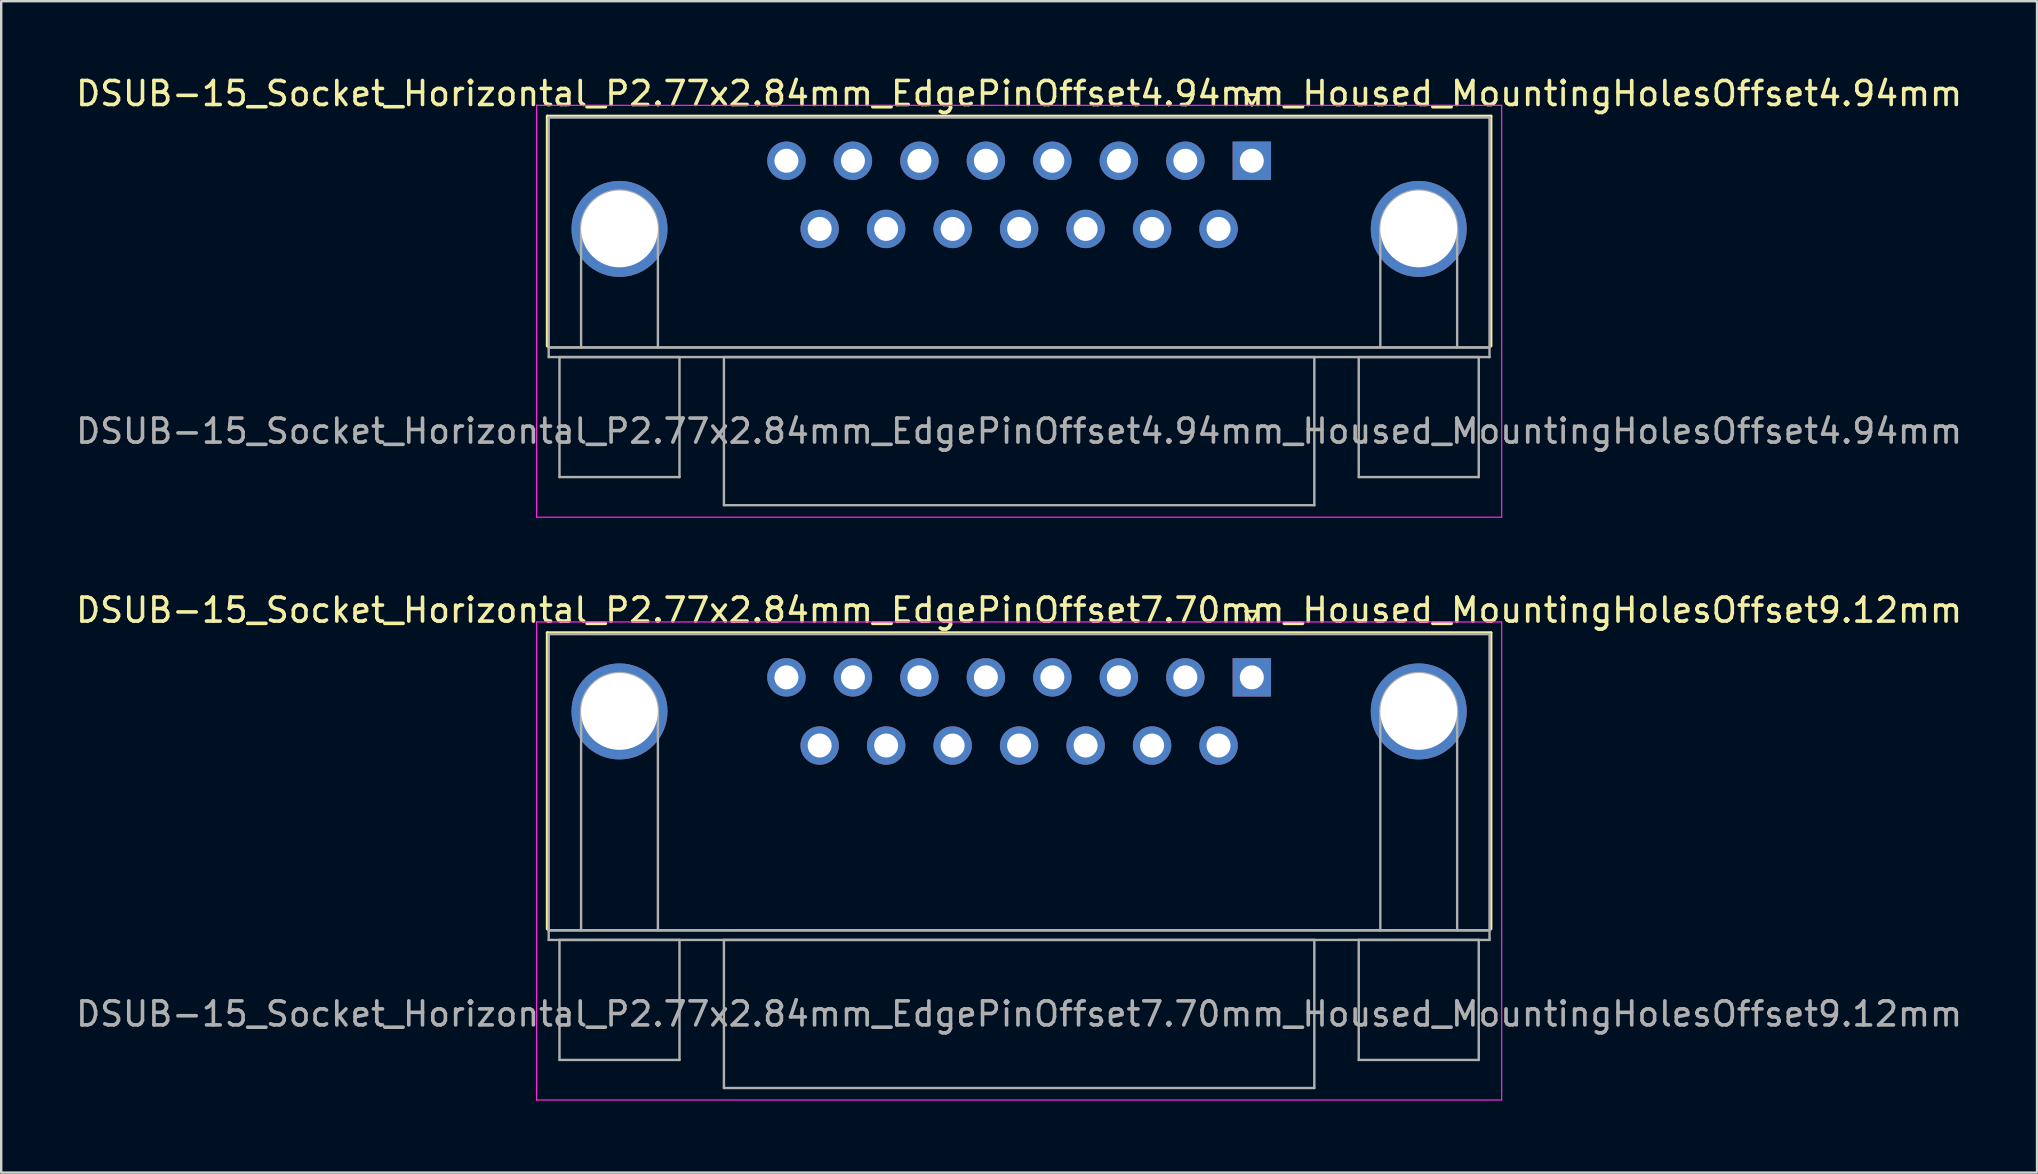
<source format=kicad_pcb>
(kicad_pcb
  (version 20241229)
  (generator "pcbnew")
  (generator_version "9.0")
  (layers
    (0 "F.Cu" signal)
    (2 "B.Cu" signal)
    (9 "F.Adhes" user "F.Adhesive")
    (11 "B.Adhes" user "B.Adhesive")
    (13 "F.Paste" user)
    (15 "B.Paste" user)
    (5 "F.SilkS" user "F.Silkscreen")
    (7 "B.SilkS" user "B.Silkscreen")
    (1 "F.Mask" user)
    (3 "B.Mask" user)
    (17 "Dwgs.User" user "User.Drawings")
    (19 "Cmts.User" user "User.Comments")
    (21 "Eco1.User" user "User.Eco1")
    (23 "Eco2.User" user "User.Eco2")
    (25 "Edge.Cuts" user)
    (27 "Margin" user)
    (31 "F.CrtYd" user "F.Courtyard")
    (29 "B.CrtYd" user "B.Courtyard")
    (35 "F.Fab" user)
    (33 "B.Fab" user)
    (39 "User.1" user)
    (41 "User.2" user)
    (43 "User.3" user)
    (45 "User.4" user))
  (footprint "DSUB-15_Socket_Horizontal_P2.77x2.84mm_EdgePinOffset4.94mm_Housed_MountingHolesOffset4.94mm"
    (layer "F.Cu")
    (at 49.106 3.648)
    (property "Reference" "DSUB-15_Socket_Horizontal_P2.77x2.84mm_EdgePinOffset4.94mm_Housed_MountingHolesOffset4.94mm" (at -9.695 -2.8 0) (layer "F.SilkS") (effects (font (size 1 1) (thickness 0.15))))
    (attr through_hole)
    (fp_line (start -29.355 -1.86) (end 9.965 -1.86) (stroke (width 0.12) (type solid)) (layer "F.SilkS"))
    (fp_line (start -29.355 7.72) (end -29.355 -1.86) (stroke (width 0.12) (type solid)) (layer "F.SilkS"))
    (fp_line (start -0.25 -2.754) (end 0.25 -2.754) (stroke (width 0.12) (type solid)) (layer "F.SilkS"))
    (fp_line (start 0 -2.321) (end -0.25 -2.754) (stroke (width 0.12) (type solid)) (layer "F.SilkS"))
    (fp_line (start 0.25 -2.754) (end 0 -2.321) (stroke (width 0.12) (type solid)) (layer "F.SilkS"))
    (fp_line (start 9.965 -1.86) (end 9.965 7.72) (stroke (width 0.12) (type solid)) (layer "F.SilkS"))
    (fp_line (start -29.8 -2.31) (end -29.8 14.85) (stroke (width 0.05) (type solid)) (layer "F.CrtYd"))
    (fp_line (start -29.8 14.85) (end 10.41 14.85) (stroke (width 0.05) (type solid)) (layer "F.CrtYd"))
    (fp_line (start 10.41 -2.31) (end -29.8 -2.31) (stroke (width 0.05) (type solid)) (layer "F.CrtYd"))
    (fp_line (start 10.41 14.85) (end 10.41 -2.31) (stroke (width 0.05) (type solid)) (layer "F.CrtYd"))
    (fp_line (start -29.295 -1.8) (end -29.295 7.78) (stroke (width 0.1) (type solid)) (layer "F.Fab"))
    (fp_line (start -29.295 7.78) (end -29.295 8.18) (stroke (width 0.1) (type solid)) (layer "F.Fab"))
    (fp_line (start -29.295 7.78) (end 9.905 7.78) (stroke (width 0.1) (type solid)) (layer "F.Fab"))
    (fp_line (start -29.295 8.18) (end 9.905 8.18) (stroke (width 0.1) (type solid)) (layer "F.Fab"))
    (fp_line (start -28.845 8.18) (end -28.845 13.18) (stroke (width 0.1) (type solid)) (layer "F.Fab"))
    (fp_line (start -28.845 13.18) (end -23.845 13.18) (stroke (width 0.1) (type solid)) (layer "F.Fab"))
    (fp_line (start -27.945 7.78) (end -27.945 2.84) (stroke (width 0.1) (type solid)) (layer "F.Fab"))
    (fp_line (start -24.745 7.78) (end -24.745 2.84) (stroke (width 0.1) (type solid)) (layer "F.Fab"))
    (fp_line (start -23.845 8.18) (end -28.845 8.18) (stroke (width 0.1) (type solid)) (layer "F.Fab"))
    (fp_line (start -23.845 13.18) (end -23.845 8.18) (stroke (width 0.1) (type solid)) (layer "F.Fab"))
    (fp_line (start -21.995 8.18) (end -21.995 14.35) (stroke (width 0.1) (type solid)) (layer "F.Fab"))
    (fp_line (start -21.995 14.35) (end 2.605 14.35) (stroke (width 0.1) (type solid)) (layer "F.Fab"))
    (fp_line (start 2.605 8.18) (end -21.995 8.18) (stroke (width 0.1) (type solid)) (layer "F.Fab"))
    (fp_line (start 2.605 14.35) (end 2.605 8.18) (stroke (width 0.1) (type solid)) (layer "F.Fab"))
    (fp_line (start 4.455 8.18) (end 4.455 13.18) (stroke (width 0.1) (type solid)) (layer "F.Fab"))
    (fp_line (start 4.455 13.18) (end 9.455 13.18) (stroke (width 0.1) (type solid)) (layer "F.Fab"))
    (fp_line (start 5.355 7.78) (end 5.355 2.84) (stroke (width 0.1) (type solid)) (layer "F.Fab"))
    (fp_line (start 8.555 7.78) (end 8.555 2.84) (stroke (width 0.1) (type solid)) (layer "F.Fab"))
    (fp_line (start 9.455 8.18) (end 4.455 8.18) (stroke (width 0.1) (type solid)) (layer "F.Fab"))
    (fp_line (start 9.455 13.18) (end 9.455 8.18) (stroke (width 0.1) (type solid)) (layer "F.Fab"))
    (fp_line (start 9.905 -1.8) (end -29.295 -1.8) (stroke (width 0.1) (type solid)) (layer "F.Fab"))
    (fp_line (start 9.905 7.78) (end -29.295 7.78) (stroke (width 0.1) (type solid)) (layer "F.Fab"))
    (fp_line (start 9.905 7.78) (end 9.905 -1.8) (stroke (width 0.1) (type solid)) (layer "F.Fab"))
    (fp_line (start 9.905 8.18) (end 9.905 7.78) (stroke (width 0.1) (type solid)) (layer "F.Fab"))
    (fp_arc (start -27.945 2.84) (mid -26.345 1.24) (end -24.745 2.84) (stroke (width 0.1) (type solid)) (layer "F.Fab"))
    (fp_arc (start 5.355 2.84) (mid 6.955 1.24) (end 8.555 2.84) (stroke (width 0.1) (type solid)) (layer "F.Fab"))
    (fp_text user "${REFERENCE}" (at -9.695 11.265 0) (layer "F.Fab") (effects (font (size 1 1) (thickness 0.15))))
    (pad "0" thru_hole circle (at -26.345 2.84) (size 4 4) (drill 3.2) (layers "*.Cu" "*.Mask"))
    (pad "0" thru_hole circle (at 6.955 2.84) (size 4 4) (drill 3.2) (layers "*.Cu" "*.Mask"))
    (pad "1" thru_hole rect (at 0 0) (size 1.6 1.6) (drill 1) (layers "*.Cu" "*.Mask"))
    (pad "2" thru_hole circle (at -2.77 0) (size 1.6 1.6) (drill 1) (layers "*.Cu" "*.Mask"))
    (pad "3" thru_hole circle (at -5.54 0) (size 1.6 1.6) (drill 1) (layers "*.Cu" "*.Mask"))
    (pad "4" thru_hole circle (at -8.31 0) (size 1.6 1.6) (drill 1) (layers "*.Cu" "*.Mask"))
    (pad "5" thru_hole circle (at -11.08 0) (size 1.6 1.6) (drill 1) (layers "*.Cu" "*.Mask"))
    (pad "6" thru_hole circle (at -13.85 0) (size 1.6 1.6) (drill 1) (layers "*.Cu" "*.Mask"))
    (pad "7" thru_hole circle (at -16.62 0) (size 1.6 1.6) (drill 1) (layers "*.Cu" "*.Mask"))
    (pad "8" thru_hole circle (at -19.39 0) (size 1.6 1.6) (drill 1) (layers "*.Cu" "*.Mask"))
    (pad "9" thru_hole circle (at -1.385 2.84) (size 1.6 1.6) (drill 1) (layers "*.Cu" "*.Mask"))
    (pad "10" thru_hole circle (at -4.155 2.84) (size 1.6 1.6) (drill 1) (layers "*.Cu" "*.Mask"))
    (pad "11" thru_hole circle (at -6.925 2.84) (size 1.6 1.6) (drill 1) (layers "*.Cu" "*.Mask"))
    (pad "12" thru_hole circle (at -9.695 2.84) (size 1.6 1.6) (drill 1) (layers "*.Cu" "*.Mask"))
    (pad "13" thru_hole circle (at -12.465 2.84) (size 1.6 1.6) (drill 1) (layers "*.Cu" "*.Mask"))
    (pad "14" thru_hole circle (at -15.235 2.84) (size 1.6 1.6) (drill 1) (layers "*.Cu" "*.Mask"))
    (pad "15" thru_hole circle (at -18.005 2.84) (size 1.6 1.6) (drill 1) (layers "*.Cu" "*.Mask")))
  (footprint "DSUB-15_Socket_Horizontal_P2.77x2.84mm_EdgePinOffset7.70mm_Housed_MountingHolesOffset9.12mm"
    (layer "F.Cu")
    (at 49.106 25.172)
    (property "Reference" "DSUB-15_Socket_Horizontal_P2.77x2.84mm_EdgePinOffset7.70mm_Housed_MountingHolesOffset9.12mm" (at -9.695 -2.8 0) (layer "F.SilkS") (effects (font (size 1 1) (thickness 0.15))))
    (attr through_hole)
    (fp_line (start -29.355 -1.86) (end 9.965 -1.86) (stroke (width 0.12) (type solid)) (layer "F.SilkS"))
    (fp_line (start -29.355 10.48) (end -29.355 -1.86) (stroke (width 0.12) (type solid)) (layer "F.SilkS"))
    (fp_line (start -0.25 -2.754) (end 0.25 -2.754) (stroke (width 0.12) (type solid)) (layer "F.SilkS"))
    (fp_line (start 0 -2.321) (end -0.25 -2.754) (stroke (width 0.12) (type solid)) (layer "F.SilkS"))
    (fp_line (start 0.25 -2.754) (end 0 -2.321) (stroke (width 0.12) (type solid)) (layer "F.SilkS"))
    (fp_line (start 9.965 -1.86) (end 9.965 10.48) (stroke (width 0.12) (type solid)) (layer "F.SilkS"))
    (fp_line (start -29.8 -2.31) (end -29.8 17.61) (stroke (width 0.05) (type solid)) (layer "F.CrtYd"))
    (fp_line (start -29.8 17.61) (end 10.41 17.61) (stroke (width 0.05) (type solid)) (layer "F.CrtYd"))
    (fp_line (start 10.41 -2.31) (end -29.8 -2.31) (stroke (width 0.05) (type solid)) (layer "F.CrtYd"))
    (fp_line (start 10.41 17.61) (end 10.41 -2.31) (stroke (width 0.05) (type solid)) (layer "F.CrtYd"))
    (fp_line (start -29.295 -1.8) (end -29.295 10.54) (stroke (width 0.1) (type solid)) (layer "F.Fab"))
    (fp_line (start -29.295 10.54) (end -29.295 10.94) (stroke (width 0.1) (type solid)) (layer "F.Fab"))
    (fp_line (start -29.295 10.54) (end 9.905 10.54) (stroke (width 0.1) (type solid)) (layer "F.Fab"))
    (fp_line (start -29.295 10.94) (end 9.905 10.94) (stroke (width 0.1) (type solid)) (layer "F.Fab"))
    (fp_line (start -28.845 10.94) (end -28.845 15.94) (stroke (width 0.1) (type solid)) (layer "F.Fab"))
    (fp_line (start -28.845 15.94) (end -23.845 15.94) (stroke (width 0.1) (type solid)) (layer "F.Fab"))
    (fp_line (start -27.945 10.54) (end -27.945 1.42) (stroke (width 0.1) (type solid)) (layer "F.Fab"))
    (fp_line (start -24.745 10.54) (end -24.745 1.42) (stroke (width 0.1) (type solid)) (layer "F.Fab"))
    (fp_line (start -23.845 10.94) (end -28.845 10.94) (stroke (width 0.1) (type solid)) (layer "F.Fab"))
    (fp_line (start -23.845 15.94) (end -23.845 10.94) (stroke (width 0.1) (type solid)) (layer "F.Fab"))
    (fp_line (start -21.995 10.94) (end -21.995 17.11) (stroke (width 0.1) (type solid)) (layer "F.Fab"))
    (fp_line (start -21.995 17.11) (end 2.605 17.11) (stroke (width 0.1) (type solid)) (layer "F.Fab"))
    (fp_line (start 2.605 10.94) (end -21.995 10.94) (stroke (width 0.1) (type solid)) (layer "F.Fab"))
    (fp_line (start 2.605 17.11) (end 2.605 10.94) (stroke (width 0.1) (type solid)) (layer "F.Fab"))
    (fp_line (start 4.455 10.94) (end 4.455 15.94) (stroke (width 0.1) (type solid)) (layer "F.Fab"))
    (fp_line (start 4.455 15.94) (end 9.455 15.94) (stroke (width 0.1) (type solid)) (layer "F.Fab"))
    (fp_line (start 5.355 10.54) (end 5.355 1.42) (stroke (width 0.1) (type solid)) (layer "F.Fab"))
    (fp_line (start 8.555 10.54) (end 8.555 1.42) (stroke (width 0.1) (type solid)) (layer "F.Fab"))
    (fp_line (start 9.455 10.94) (end 4.455 10.94) (stroke (width 0.1) (type solid)) (layer "F.Fab"))
    (fp_line (start 9.455 15.94) (end 9.455 10.94) (stroke (width 0.1) (type solid)) (layer "F.Fab"))
    (fp_line (start 9.905 -1.8) (end -29.295 -1.8) (stroke (width 0.1) (type solid)) (layer "F.Fab"))
    (fp_line (start 9.905 10.54) (end -29.295 10.54) (stroke (width 0.1) (type solid)) (layer "F.Fab"))
    (fp_line (start 9.905 10.54) (end 9.905 -1.8) (stroke (width 0.1) (type solid)) (layer "F.Fab"))
    (fp_line (start 9.905 10.94) (end 9.905 10.54) (stroke (width 0.1) (type solid)) (layer "F.Fab"))
    (fp_arc (start -27.945 1.42) (mid -26.345 -0.18) (end -24.745 1.42) (stroke (width 0.1) (type solid)) (layer "F.Fab"))
    (fp_arc (start 5.355 1.42) (mid 6.955 -0.18) (end 8.555 1.42) (stroke (width 0.1) (type solid)) (layer "F.Fab"))
    (fp_text user "${REFERENCE}" (at -9.695 14.025 0) (layer "F.Fab") (effects (font (size 1 1) (thickness 0.15))))
    (pad "0" thru_hole circle (at -26.345 1.42) (size 4 4) (drill 3.2) (layers "*.Cu" "*.Mask"))
    (pad "0" thru_hole circle (at 6.955 1.42) (size 4 4) (drill 3.2) (layers "*.Cu" "*.Mask"))
    (pad "1" thru_hole rect (at 0 0) (size 1.6 1.6) (drill 1) (layers "*.Cu" "*.Mask"))
    (pad "2" thru_hole circle (at -2.77 0) (size 1.6 1.6) (drill 1) (layers "*.Cu" "*.Mask"))
    (pad "3" thru_hole circle (at -5.54 0) (size 1.6 1.6) (drill 1) (layers "*.Cu" "*.Mask"))
    (pad "4" thru_hole circle (at -8.31 0) (size 1.6 1.6) (drill 1) (layers "*.Cu" "*.Mask"))
    (pad "5" thru_hole circle (at -11.08 0) (size 1.6 1.6) (drill 1) (layers "*.Cu" "*.Mask"))
    (pad "6" thru_hole circle (at -13.85 0) (size 1.6 1.6) (drill 1) (layers "*.Cu" "*.Mask"))
    (pad "7" thru_hole circle (at -16.62 0) (size 1.6 1.6) (drill 1) (layers "*.Cu" "*.Mask"))
    (pad "8" thru_hole circle (at -19.39 0) (size 1.6 1.6) (drill 1) (layers "*.Cu" "*.Mask"))
    (pad "9" thru_hole circle (at -1.385 2.84) (size 1.6 1.6) (drill 1) (layers "*.Cu" "*.Mask"))
    (pad "10" thru_hole circle (at -4.155 2.84) (size 1.6 1.6) (drill 1) (layers "*.Cu" "*.Mask"))
    (pad "11" thru_hole circle (at -6.925 2.84) (size 1.6 1.6) (drill 1) (layers "*.Cu" "*.Mask"))
    (pad "12" thru_hole circle (at -9.695 2.84) (size 1.6 1.6) (drill 1) (layers "*.Cu" "*.Mask"))
    (pad "13" thru_hole circle (at -12.465 2.84) (size 1.6 1.6) (drill 1) (layers "*.Cu" "*.Mask"))
    (pad "14" thru_hole circle (at -15.235 2.84) (size 1.6 1.6) (drill 1) (layers "*.Cu" "*.Mask"))
    (pad "15" thru_hole circle (at -18.005 2.84) (size 1.6 1.6) (drill 1) (layers "*.Cu" "*.Mask")))
  (gr_rect
    (start -3 -3)
    (end 81.821 45.806)
    (stroke (width 0.1) (type default))
    (fill no)
    (layer "Edge.Cuts")))
</source>
